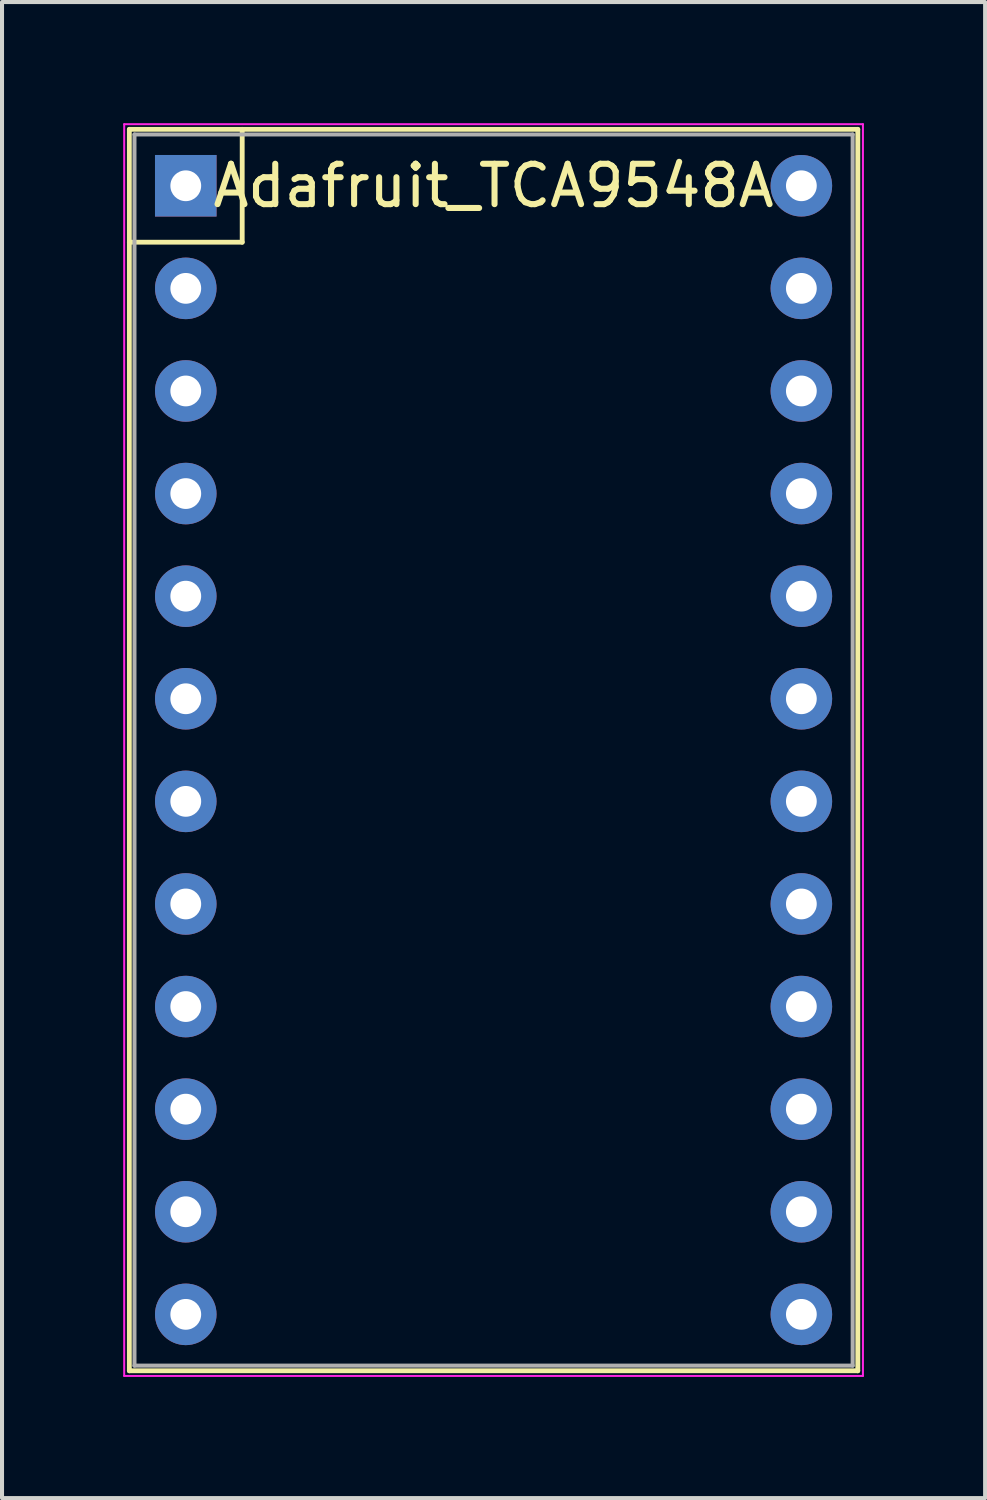
<source format=kicad_pcb>
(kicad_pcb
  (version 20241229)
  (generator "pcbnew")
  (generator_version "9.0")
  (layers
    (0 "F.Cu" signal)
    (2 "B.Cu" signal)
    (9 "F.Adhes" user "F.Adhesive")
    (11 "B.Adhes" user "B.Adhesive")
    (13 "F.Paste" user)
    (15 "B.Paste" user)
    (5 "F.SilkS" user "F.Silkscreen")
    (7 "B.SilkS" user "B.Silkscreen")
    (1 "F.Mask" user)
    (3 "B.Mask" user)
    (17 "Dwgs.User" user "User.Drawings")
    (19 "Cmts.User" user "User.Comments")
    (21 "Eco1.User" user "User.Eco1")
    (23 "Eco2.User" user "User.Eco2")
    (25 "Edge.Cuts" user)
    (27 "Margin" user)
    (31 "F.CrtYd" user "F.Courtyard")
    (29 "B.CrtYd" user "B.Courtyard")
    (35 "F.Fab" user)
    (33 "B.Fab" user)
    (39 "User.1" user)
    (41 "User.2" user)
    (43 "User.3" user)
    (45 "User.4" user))
  (footprint "Adafruit_TCA9548A"
    (layer "F.Cu")
    (at 1.549 1.549)
    (property "Reference" "Adafruit_TCA9548A" (at 7.62 0 0) (layer "F.SilkS") (effects (font (size 1 1) (thickness 0.15))))
    (attr through_hole)
    (fp_line (start -1.397 -1.397) (end 16.637 -1.397) (stroke (width 0.12) (type solid)) (layer "F.SilkS"))
    (fp_line (start -1.397 1.397) (end 1.397 1.397) (stroke (width 0.12) (type solid)) (layer "F.SilkS"))
    (fp_line (start -1.397 29.337) (end -1.397 -1.397) (stroke (width 0.12) (type solid)) (layer "F.SilkS"))
    (fp_line (start 1.397 1.397) (end 1.397 -1.397) (stroke (width 0.12) (type solid)) (layer "F.SilkS"))
    (fp_line (start 16.637 -1.397) (end 16.637 29.337) (stroke (width 0.12) (type solid)) (layer "F.SilkS"))
    (fp_line (start 16.637 29.337) (end -1.397 29.337) (stroke (width 0.12) (type solid)) (layer "F.SilkS"))
    (fp_line (start -1.524 -1.524) (end 16.764 -1.524) (stroke (width 0.05) (type solid)) (layer "F.CrtYd"))
    (fp_line (start -1.524 29.464) (end -1.524 -1.524) (stroke (width 0.05) (type solid)) (layer "F.CrtYd"))
    (fp_line (start 16.764 -1.524) (end 16.764 29.464) (stroke (width 0.05) (type solid)) (layer "F.CrtYd"))
    (fp_line (start 16.764 29.464) (end -1.524 29.464) (stroke (width 0.05) (type solid)) (layer "F.CrtYd"))
    (fp_line (start -1.27 -1.27) (end -1.27 29.21) (stroke (width 0.1) (type solid)) (layer "F.Fab"))
    (fp_line (start -1.27 29.21) (end 16.51 29.21) (stroke (width 0.1) (type solid)) (layer "F.Fab"))
    (fp_line (start 16.51 -1.27) (end -1.27 -1.27) (stroke (width 0.1) (type solid)) (layer "F.Fab"))
    (fp_line (start 16.51 29.21) (end 16.51 -1.27) (stroke (width 0.1) (type solid)) (layer "F.Fab"))
    (pad "1" thru_hole rect (at 0 0) (size 1.524 1.524) (drill 0.762) (layers "*.Cu" "*.Mask"))
    (pad "2" thru_hole circle (at 0 2.54) (size 1.524 1.524) (drill 0.762) (layers "*.Cu" "*.Mask"))
    (pad "3" thru_hole circle (at 0 5.08) (size 1.524 1.524) (drill 0.762) (layers "*.Cu" "*.Mask"))
    (pad "4" thru_hole circle (at 0 7.62) (size 1.524 1.524) (drill 0.762) (layers "*.Cu" "*.Mask"))
    (pad "5" thru_hole circle (at 0 10.16) (size 1.524 1.524) (drill 0.762) (layers "*.Cu" "*.Mask"))
    (pad "6" thru_hole circle (at 0 12.7) (size 1.524 1.524) (drill 0.762) (layers "*.Cu" "*.Mask"))
    (pad "7" thru_hole circle (at 0 15.24) (size 1.524 1.524) (drill 0.762) (layers "*.Cu" "*.Mask"))
    (pad "8" thru_hole circle (at 0 17.78) (size 1.524 1.524) (drill 0.762) (layers "*.Cu" "*.Mask"))
    (pad "9" thru_hole circle (at 0 20.32) (size 1.524 1.524) (drill 0.762) (layers "*.Cu" "*.Mask"))
    (pad "10" thru_hole circle (at 0 22.86) (size 1.524 1.524) (drill 0.762) (layers "*.Cu" "*.Mask"))
    (pad "11" thru_hole circle (at 0 25.4) (size 1.524 1.524) (drill 0.762) (layers "*.Cu" "*.Mask"))
    (pad "12" thru_hole circle (at 0 27.94) (size 1.524 1.524) (drill 0.762) (layers "*.Cu" "*.Mask"))
    (pad "13" thru_hole circle (at 15.24 27.94) (size 1.524 1.524) (drill 0.762) (layers "*.Cu" "*.Mask"))
    (pad "14" thru_hole circle (at 15.24 25.4) (size 1.524 1.524) (drill 0.762) (layers "*.Cu" "*.Mask"))
    (pad "15" thru_hole circle (at 15.24 22.86) (size 1.524 1.524) (drill 0.762) (layers "*.Cu" "*.Mask"))
    (pad "16" thru_hole circle (at 15.24 20.32) (size 1.524 1.524) (drill 0.762) (layers "*.Cu" "*.Mask"))
    (pad "17" thru_hole circle (at 15.24 17.78) (size 1.524 1.524) (drill 0.762) (layers "*.Cu" "*.Mask"))
    (pad "18" thru_hole circle (at 15.24 15.24) (size 1.524 1.524) (drill 0.762) (layers "*.Cu" "*.Mask"))
    (pad "19" thru_hole circle (at 15.24 12.7) (size 1.524 1.524) (drill 0.762) (layers "*.Cu" "*.Mask"))
    (pad "20" thru_hole circle (at 15.24 10.16) (size 1.524 1.524) (drill 0.762) (layers "*.Cu" "*.Mask"))
    (pad "21" thru_hole circle (at 15.24 7.62) (size 1.524 1.524) (drill 0.762) (layers "*.Cu" "*.Mask"))
    (pad "22" thru_hole circle (at 15.24 5.08) (size 1.524 1.524) (drill 0.762) (layers "*.Cu" "*.Mask"))
    (pad "23" thru_hole circle (at 15.24 2.54) (size 1.524 1.524) (drill 0.762) (layers "*.Cu" "*.Mask"))
    (pad "24" thru_hole circle (at 15.24 0) (size 1.524 1.524) (drill 0.762) (layers "*.Cu" "*.Mask")))
  (gr_rect
    (start -3 -3)
    (end 21.338 34.038)
    (stroke (width 0.1) (type default))
    (fill no)
    (layer "Edge.Cuts")))
</source>
